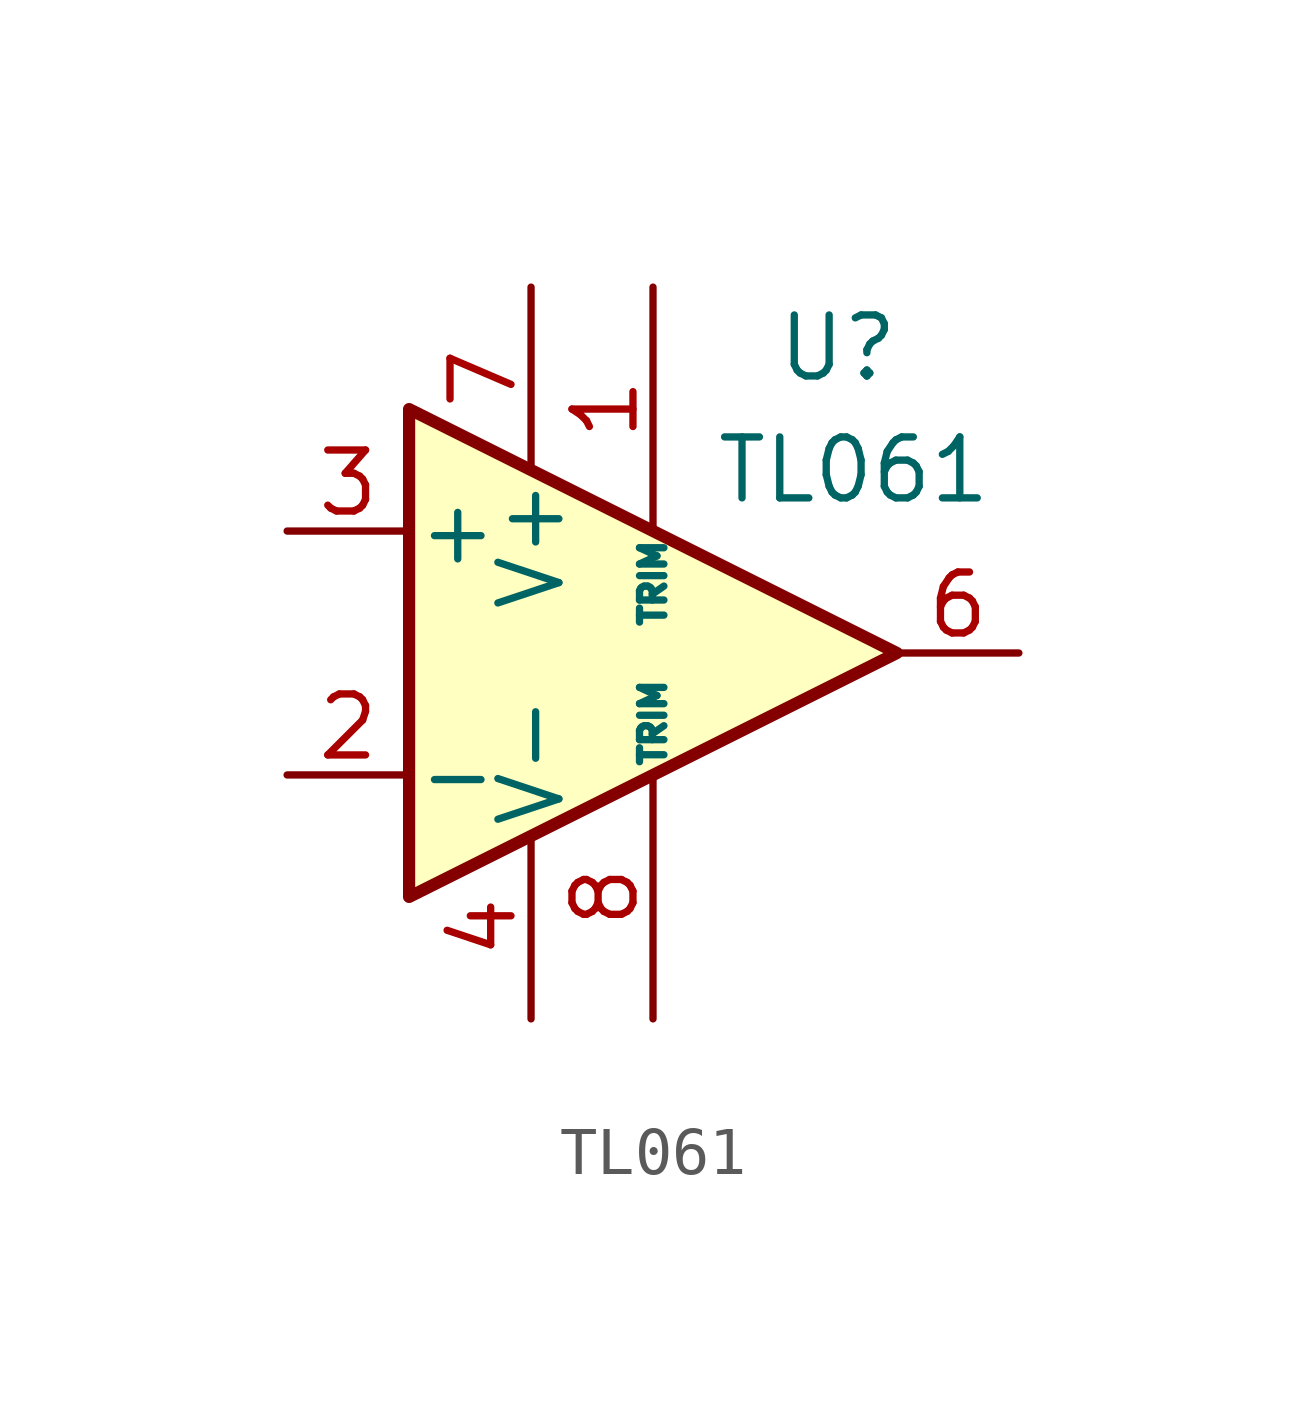
<source format=kicad_sym>
(kicad_symbol_lib
  (version 20220914)
  (generator kicad_symbol_editor)
  (symbol "TL061"
    (pin_names
      (offset 0.127))
    (property "Reference" "U"
      (at 2.54 6.35 0)
      (effects (font (size 1.27 1.27)) (justify left)))
    (property "Value" "TL061"
      (at 1.27 3.81 0)
      (effects (font (size 1.27 1.27)) (justify left)))
    (symbol "TL061_0_1"
      (polyline (pts (xy -5.08 5.08) (xy 5.08 0) (xy -5.08 -5.08) (xy -5.08 5.08)) (stroke (width 0.254) (type default)) (fill (type background))))
    (symbol "TL061_1_1"
      (pin input line (at 0 7.62 270) (length 5.08) (name "TRIM" (effects (font (size 0.508 0.508)))) (number "1" (effects (font (size 1.27 1.27)))))
      (pin input line (at -7.62 -2.54 0) (length 2.54) (name "-" (effects (font (size 1.27 1.27)))) (number "2" (effects (font (size 1.27 1.27)))))
      (pin input line (at -7.62 2.54 0) (length 2.54) (name "+" (effects (font (size 1.27 1.27)))) (number "3" (effects (font (size 1.27 1.27)))))
      (pin power_in line (at -2.54 -7.62 90) (length 3.81) (name "V-" (effects (font (size 1.27 1.27)))) (number "4" (effects (font (size 1.27 1.27)))))
      (pin no_connect non_logic (at 2.54 -1.27 90) (length 0) hide (name "NC" (effects (font (size 0.508 0.508)))) (number "5" (effects (font (size 1.27 1.27)))))
      (pin output line (at 7.62 0 180) (length 2.54) (name "~" (effects (font (size 1.27 1.27)))) (number "6" (effects (font (size 1.27 1.27)))))
      (pin power_in line (at -2.54 7.62 270) (length 3.81) (name "V+" (effects (font (size 1.27 1.27)))) (number "7" (effects (font (size 1.27 1.27)))))
      (pin input line (at 0 -7.62 90) (length 5.08) (name "TRIM" (effects (font (size 0.508 0.508)))) (number "8" (effects (font (size 1.27 1.27))))))))
</source>
